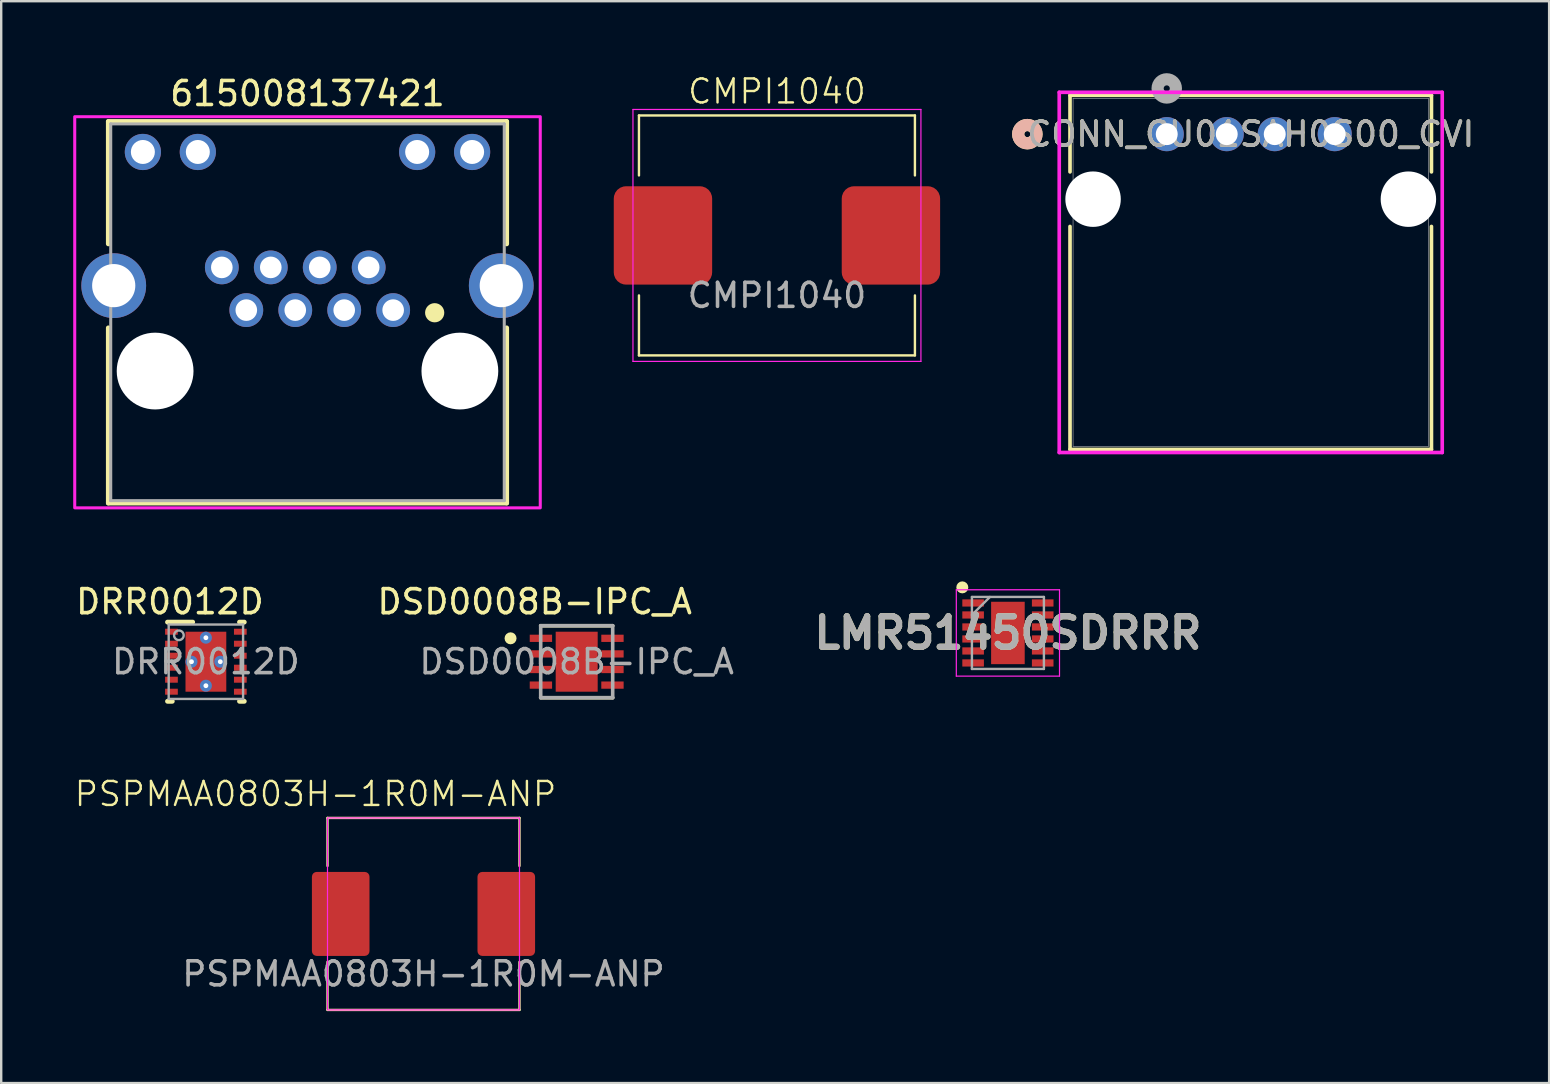
<source format=kicad_pcb>
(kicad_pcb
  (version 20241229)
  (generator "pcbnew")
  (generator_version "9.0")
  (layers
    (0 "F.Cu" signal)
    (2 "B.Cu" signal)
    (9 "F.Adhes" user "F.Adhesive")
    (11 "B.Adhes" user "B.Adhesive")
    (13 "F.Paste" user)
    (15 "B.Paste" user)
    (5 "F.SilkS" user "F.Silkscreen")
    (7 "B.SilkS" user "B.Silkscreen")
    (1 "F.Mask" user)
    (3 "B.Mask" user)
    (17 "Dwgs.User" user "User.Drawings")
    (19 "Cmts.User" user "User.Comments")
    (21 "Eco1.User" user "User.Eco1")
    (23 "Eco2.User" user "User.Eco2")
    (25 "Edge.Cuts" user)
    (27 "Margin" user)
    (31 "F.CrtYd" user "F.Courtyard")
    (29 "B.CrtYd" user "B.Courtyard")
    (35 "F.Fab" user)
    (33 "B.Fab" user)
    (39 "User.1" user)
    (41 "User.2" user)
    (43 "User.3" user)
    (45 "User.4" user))
  (footprint "DSD0008B-IPC_A"
    (layer "F.Cu")
    (at 20.982 24.525)
    (property "Reference" "DSD0008B-IPC_A" (at -1.75 -2.5 0) (unlocked yes) (layer "F.SilkS") (effects (font (size 1 1) (thickness 0.15))))
    (attr smd)
    (fp_line (start -1.5 -1.5) (end 1.5 -1.5) (stroke (width 0.15) (type solid)) (layer "F.SilkS"))
    (fp_line (start -1.5 1.5) (end 1.5 1.5) (stroke (width 0.15) (type solid)) (layer "F.SilkS"))
    (fp_circle (center -2.756 -0.975) (end -2.631 -0.975) (stroke (width 0.25) (type solid)) (fill no) (layer "F.SilkS"))
    (fp_poly (pts (xy -0.5 0.875) (xy 0.5 0.875) (xy 0.5 -0.875) (xy -0.5 -0.875)) (stroke (width 0) (type solid)) (fill yes) (layer "F.Paste"))
    (fp_line (start -1.5 -1.5) (end 1.5 -1.5) (stroke (width 0.15) (type solid)) (layer "F.Fab"))
    (fp_line (start -1.5 1.5) (end -1.5 -1.5) (stroke (width 0.15) (type solid)) (layer "F.Fab"))
    (fp_line (start -1.5 1.5) (end 1.5 1.5) (stroke (width 0.15) (type solid)) (layer "F.Fab"))
    (fp_line (start 1.5 1.5) (end 1.5 -1.5) (stroke (width 0.15) (type solid)) (layer "F.Fab"))
    (fp_text user "${REFERENCE}" (at 0 0 0) (unlocked yes) (layer "F.Fab") (effects (font (size 1 1) (thickness 0.15))))
    (pad "1" smd rect (at -1.491 -0.975) (size 0.931 0.302) (layers "F.Cu" "F.Mask" "F.Paste"))
    (pad "2" smd rect (at -1.491 -0.325) (size 0.931 0.302) (layers "F.Cu" "F.Mask" "F.Paste"))
    (pad "3" smd rect (at -1.491 0.325) (size 0.931 0.302) (layers "F.Cu" "F.Mask" "F.Paste"))
    (pad "4" smd rect (at -1.491 0.975) (size 0.931 0.302) (layers "F.Cu" "F.Mask" "F.Paste"))
    (pad "5" smd rect (at 1.491 0.975) (size 0.931 0.302) (layers "F.Cu" "F.Mask" "F.Paste"))
    (pad "6" smd rect (at 1.491 0.325) (size 0.931 0.302) (layers "F.Cu" "F.Mask" "F.Paste"))
    (pad "7" smd rect (at 1.491 -0.325) (size 0.931 0.302) (layers "F.Cu" "F.Mask" "F.Paste"))
    (pad "8" smd rect (at 1.491 -0.975) (size 0.931 0.302) (layers "F.Cu" "F.Mask" "F.Paste"))
    (pad "9" smd rect (at 0 0) (size 1.75 2.5) (layers "F.Cu" "F.Mask")))
  (footprint "PSPMAA0803H-1R0M-ANP"
    (layer "F.Cu")
    (at 14.598 35.035)
    (property "Reference" "PSPMAA0803H-1R0M-ANP" (at -4.5 -5 0) (unlocked yes) (layer "F.SilkS") (effects (font (size 1 1) (thickness 0.1))))
    (attr smd)
    (fp_line (start -4 -4) (end 4 -4) (stroke (width 0.1) (type default)) (layer "F.SilkS"))
    (fp_line (start -4 -2) (end -4 -4) (stroke (width 0.1) (type default)) (layer "F.SilkS"))
    (fp_line (start -4 4) (end -4 2) (stroke (width 0.1) (type default)) (layer "F.SilkS"))
    (fp_line (start 4 -4) (end 4 -2) (stroke (width 0.1) (type default)) (layer "F.SilkS"))
    (fp_line (start 4 2) (end 4 4) (stroke (width 0.1) (type default)) (layer "F.SilkS"))
    (fp_line (start 4 4) (end -4 4) (stroke (width 0.1) (type default)) (layer "F.SilkS"))
    (fp_rect (start -4 -4) (end 4 4) (stroke (width 0.05) (type default)) (fill no) (layer "F.CrtYd"))
    (fp_text user "${REFERENCE}" (at 0 2.5 0) (unlocked yes) (layer "F.Fab") (effects (font (size 1 1) (thickness 0.15))))
    (pad "1" smd roundrect (at -3.45 0 180) (size 2.4 3.5) (layers "F.Cu" "F.Mask" "F.Paste") (roundrect_rratio 0.083))
    (pad "2" smd roundrect (at 3.45 0 180) (size 2.4 3.5) (layers "F.Cu" "F.Mask" "F.Paste") (roundrect_rratio 0.083)))
  (footprint "615008137421"
    (layer "F.Cu")
    (at 9.764 12.413)
    (property "Reference" "615008137421" (at 0 -11.565 0) (layer "F.SilkS") (effects (font (size 1 1) (thickness 0.15))))
    (attr through_hole)
    (fp_line (start -8.3 -10.4) (end 8.3 -10.4) (stroke (width 0.2) (type solid)) (layer "F.SilkS"))
    (fp_line (start -8.3 -5.3) (end -8.3 -10.4) (stroke (width 0.2) (type solid)) (layer "F.SilkS"))
    (fp_line (start -8.3 -1.8) (end -8.3 5.5) (stroke (width 0.2) (type solid)) (layer "F.SilkS"))
    (fp_line (start -8.3 5.5) (end 8.3 5.5) (stroke (width 0.2) (type solid)) (layer "F.SilkS"))
    (fp_line (start 8.3 -10.4) (end 8.3 -5.3) (stroke (width 0.2) (type solid)) (layer "F.SilkS"))
    (fp_line (start 8.3 5.5) (end 8.3 -1.8) (stroke (width 0.2) (type solid)) (layer "F.SilkS"))
    (fp_circle (center 5.3 -2.43) (end 5.5 -2.43) (stroke (width 0.4) (type solid)) (fill no) (layer "F.SilkS"))
    (fp_poly (pts (xy -9.7 -10.6) (xy 9.7 -10.6) (xy 9.7 5.7) (xy -9.7 5.7)) (stroke (width 0.127) (type solid)) (fill no) (layer "F.CrtYd"))
    (fp_line (start -8.2 -10.3) (end 8.2 -10.3) (stroke (width 0.127) (type solid)) (layer "F.Fab"))
    (fp_line (start -8.2 5.4) (end -8.2 -10.3) (stroke (width 0.127) (type solid)) (layer "F.Fab"))
    (fp_line (start 8.2 -10.3) (end 8.2 5.4) (stroke (width 0.127) (type solid)) (layer "F.Fab"))
    (fp_line (start 8.2 5.4) (end -8.2 5.4) (stroke (width 0.127) (type solid)) (layer "F.Fab"))
    (pad "" np_thru_hole circle (at -6.35 0) (size 3.2 3.2) (drill 3.2) (layers "*.Cu" "*.Mask"))
    (pad "" np_thru_hole circle (at 6.35 0) (size 3.2 3.2) (drill 3.2) (layers "*.Cu" "*.Mask"))
    (pad "1" thru_hole circle (at 3.57 -2.54) (size 1.408 1.408) (drill 0.9) (layers "*.Cu" "*.Mask"))
    (pad "2" thru_hole circle (at 2.55 -4.32) (size 1.408 1.408) (drill 0.9) (layers "*.Cu" "*.Mask"))
    (pad "3" thru_hole circle (at 1.53 -2.54) (size 1.408 1.408) (drill 0.9) (layers "*.Cu" "*.Mask"))
    (pad "4" thru_hole circle (at 0.51 -4.32) (size 1.408 1.408) (drill 0.9) (layers "*.Cu" "*.Mask"))
    (pad "5" thru_hole circle (at -0.51 -2.54) (size 1.408 1.408) (drill 0.9) (layers "*.Cu" "*.Mask"))
    (pad "6" thru_hole circle (at -1.53 -4.32) (size 1.408 1.408) (drill 0.9) (layers "*.Cu" "*.Mask"))
    (pad "7" thru_hole circle (at -2.55 -2.54) (size 1.408 1.408) (drill 0.9) (layers "*.Cu" "*.Mask"))
    (pad "8" thru_hole circle (at -3.57 -4.32) (size 1.408 1.408) (drill 0.9) (layers "*.Cu" "*.Mask"))
    (pad "9" thru_hole circle (at 6.86 -9.13) (size 1.508 1.508) (drill 1) (layers "*.Cu" "*.Mask"))
    (pad "10" thru_hole circle (at 4.57 -9.13) (size 1.508 1.508) (drill 1) (layers "*.Cu" "*.Mask"))
    (pad "11" thru_hole circle (at -4.57 -9.13) (size 1.508 1.508) (drill 1) (layers "*.Cu" "*.Mask"))
    (pad "12" thru_hole circle (at -6.86 -9.13) (size 1.508 1.508) (drill 1) (layers "*.Cu" "*.Mask"))
    (pad "S1" thru_hole circle (at -8.075 -3.56) (size 2.7 2.7) (drill 1.8) (layers "*.Cu" "*.Mask"))
    (pad "S2" thru_hole circle (at 8.075 -3.56) (size 2.7 2.7) (drill 1.8) (layers "*.Cu" "*.Mask")))
  (footprint "CMPI1040"
    (layer "F.Cu")
    (at 29.327 6.761)
    (property "Reference" "CMPI1040" (at 0 -6 0) (unlocked yes) (layer "F.SilkS") (effects (font (size 1 1) (thickness 0.1))))
    (attr smd)
    (fp_line (start -5.75 -5) (end -5.75 -2.5) (stroke (width 0.1) (type default)) (layer "F.SilkS"))
    (fp_line (start -5.75 2.5) (end -5.75 5) (stroke (width 0.1) (type default)) (layer "F.SilkS"))
    (fp_line (start 5.75 -5) (end -5.75 -5) (stroke (width 0.1) (type default)) (layer "F.SilkS"))
    (fp_line (start 5.75 -5) (end 5.75 -2.5) (stroke (width 0.1) (type default)) (layer "F.SilkS"))
    (fp_line (start 5.75 2.5) (end 5.75 5) (stroke (width 0.1) (type default)) (layer "F.SilkS"))
    (fp_line (start 5.75 5) (end -5.75 5) (stroke (width 0.1) (type default)) (layer "F.SilkS"))
    (fp_line (start -6 5.25) (end -6 -5.25) (stroke (width 0.05) (type solid)) (layer "F.CrtYd"))
    (fp_line (start 6 -5.25) (end -6 -5.25) (stroke (width 0.05) (type solid)) (layer "F.CrtYd"))
    (fp_line (start 6 5.25) (end -6 5.25) (stroke (width 0.05) (type solid)) (layer "F.CrtYd"))
    (fp_line (start 6 5.25) (end 6 -5.25) (stroke (width 0.05) (type solid)) (layer "F.CrtYd"))
    (fp_text user "${REFERENCE}" (at 0 2.5 0) (unlocked yes) (layer "F.Fab") (effects (font (size 1 1) (thickness 0.15))))
    (pad "1" smd roundrect (at -4.75 0) (size 4.1 4.1) (layers "F.Cu" "F.Mask" "F.Paste") (roundrect_rratio 0.125))
    (pad "2" smd roundrect (at 4.75 0) (size 4.1 4.1) (layers "F.Cu" "F.Mask" "F.Paste") (roundrect_rratio 0.125)))
  (footprint "CONN_CU01SAH0S00_CVI"
    (layer "F.Cu")
    (at 45.571 2.54)
    (property "Reference" "CONN_CU01SAH0S00_CVI" (at 3.5 0 0) (unlocked yes) (layer "F.SilkS") (effects (font (size 1 1) (thickness 0.15))))
    (attr through_hole)
    (fp_line (start -4.031 -1.617) (end -4.031 1.573) (stroke (width 0.152) (type solid)) (layer "F.SilkS"))
    (fp_line (start -4.031 3.847) (end -4.031 13.14) (stroke (width 0.152) (type solid)) (layer "F.SilkS"))
    (fp_line (start -4.031 13.14) (end 11.031 13.14) (stroke (width 0.152) (type solid)) (layer "F.SilkS"))
    (fp_line (start 11.031 -1.617) (end -4.031 -1.617) (stroke (width 0.152) (type solid)) (layer "F.SilkS"))
    (fp_line (start 11.031 1.573) (end 11.031 -1.617) (stroke (width 0.152) (type solid)) (layer "F.SilkS"))
    (fp_line (start 11.031 13.14) (end 11.031 3.847) (stroke (width 0.152) (type solid)) (layer "F.SilkS"))
    (fp_circle (center -5.809 0) (end -5.428 0) (stroke (width 0.508) (type solid)) (fill no) (layer "F.SilkS"))
    (fp_circle (center -5.809 0) (end -5.428 0) (stroke (width 0.508) (type solid)) (fill no) (layer "B.SilkS"))
    (fp_line (start -4.48 -1.744) (end -4.48 13.267) (stroke (width 0.152) (type solid)) (layer "F.CrtYd"))
    (fp_line (start -4.48 13.267) (end 11.48 13.267) (stroke (width 0.152) (type solid)) (layer "F.CrtYd"))
    (fp_line (start 11.48 -1.744) (end -4.48 -1.744) (stroke (width 0.152) (type solid)) (layer "F.CrtYd"))
    (fp_line (start 11.48 13.267) (end 11.48 -1.744) (stroke (width 0.152) (type solid)) (layer "F.CrtYd"))
    (fp_line (start -3.904 -1.49) (end -3.904 13.013) (stroke (width 0.025) (type solid)) (layer "F.Fab"))
    (fp_line (start -3.904 13.013) (end 10.904 13.013) (stroke (width 0.025) (type solid)) (layer "F.Fab"))
    (fp_line (start 10.904 -1.49) (end -3.904 -1.49) (stroke (width 0.025) (type solid)) (layer "F.Fab"))
    (fp_line (start 10.904 13.013) (end 10.904 -1.49) (stroke (width 0.025) (type solid)) (layer "F.Fab"))
    (fp_circle (center 0 -1.905) (end 0.381 -1.905) (stroke (width 0.508) (type solid)) (fill no) (layer "F.Fab"))
    (fp_text user "${REFERENCE}" (at 3.5 0 0) (unlocked yes) (layer "F.Fab") (effects (font (size 1 1) (thickness 0.15))))
    (pad "" np_thru_hole circle (at -3.07 2.71) (size 2.311 2.311) (drill 2.311) (layers "*.Cu" "*.Mask"))
    (pad "" np_thru_hole circle (at 10.07 2.71) (size 2.311 2.311) (drill 2.311) (layers "*.Cu" "*.Mask"))
    (pad "1" thru_hole circle (at 0 0) (size 1.422 1.422) (drill 0.914) (layers "*.Cu" "*.Mask"))
    (pad "2" thru_hole circle (at 2.5 0) (size 1.422 1.422) (drill 0.914) (layers "*.Cu" "*.Mask"))
    (pad "3" thru_hole circle (at 4.5 0) (size 1.422 1.422) (drill 0.914) (layers "*.Cu" "*.Mask"))
    (pad "4" thru_hole circle (at 7 0) (size 1.422 1.422) (drill 0.914) (layers "*.Cu" "*.Mask")))
  (footprint "DRR0012D"
    (layer "F.Cu")
    (at 5.53 24.525)
    (property "Reference" "DRR0012D" (at -1.5 -2.5 0) (unlocked yes) (layer "F.SilkS") (effects (font (size 1 1) (thickness 0.15))))
    (attr smd)
    (fp_line (start -1.6 -1.65) (end -0.55 -1.65) (stroke (width 0.2) (type solid)) (layer "F.SilkS"))
    (fp_line (start -1.6 1.65) (end -1.4 1.65) (stroke (width 0.2) (type solid)) (layer "F.SilkS"))
    (fp_line (start 1.4 -1.65) (end 1.6 -1.65) (stroke (width 0.2) (type solid)) (layer "F.SilkS"))
    (fp_line (start 1.4 1.65) (end 1.6 1.65) (stroke (width 0.2) (type solid)) (layer "F.SilkS"))
    (fp_poly (pts (xy -0.775 -0.15) (xy -0.775 -1.151) (xy -0.774 -1.16) (xy -0.771 -1.169) (xy -0.767 -1.178) (xy -0.761 -1.186) (xy -0.753 -1.192) (xy -0.744 -1.196) (xy -0.735 -1.199) (xy -0.726 -1.2) (xy 0.726 -1.2) (xy 0.735 -1.199) (xy 0.744 -1.196) (xy 0.753 -1.192) (xy 0.761 -1.186) (xy 0.767 -1.178) (xy 0.771 -1.169) (xy 0.774 -1.16) (xy 0.775 -1.151) (xy 0.775 -0.15) (xy 0.774 -0.14) (xy 0.771 -0.131) (xy 0.767 -0.122) (xy 0.761 -0.114) (xy 0.753 -0.108) (xy 0.744 -0.104) (xy 0.735 -0.101) (xy 0.726 -0.1) (xy -0.726 -0.1) (xy -0.735 -0.101) (xy -0.744 -0.104) (xy -0.753 -0.108) (xy -0.761 -0.114) (xy -0.767 -0.122) (xy -0.771 -0.131) (xy -0.774 -0.14)) (stroke (width 0) (type solid)) (fill yes) (layer "F.Paste"))
    (fp_poly (pts (xy -0.775 1.151) (xy -0.775 0.15) (xy -0.774 0.14) (xy -0.771 0.131) (xy -0.767 0.122) (xy -0.761 0.114) (xy -0.753 0.108) (xy -0.744 0.104) (xy -0.735 0.101) (xy -0.726 0.1) (xy 0.726 0.1) (xy 0.735 0.101) (xy 0.744 0.104) (xy 0.753 0.108) (xy 0.761 0.114) (xy 0.767 0.122) (xy 0.771 0.131) (xy 0.774 0.14) (xy 0.775 0.15) (xy 0.775 1.151) (xy 0.774 1.16) (xy 0.771 1.169) (xy 0.767 1.178) (xy 0.761 1.186) (xy 0.753 1.192) (xy 0.744 1.196) (xy 0.735 1.199) (xy 0.726 1.2) (xy -0.726 1.2) (xy -0.735 1.199) (xy -0.744 1.196) (xy -0.753 1.192) (xy -0.761 1.186) (xy -0.767 1.178) (xy -0.771 1.169) (xy -0.774 1.16)) (stroke (width 0) (type solid)) (fill yes) (layer "F.Paste"))
    (fp_line (start -1.55 -1.55) (end 1.55 -1.55) (stroke (width 0.1) (type solid)) (layer "F.Fab"))
    (fp_line (start -1.55 1.55) (end -1.55 -1.55) (stroke (width 0.1) (type solid)) (layer "F.Fab"))
    (fp_line (start -1.55 1.55) (end 1.55 1.55) (stroke (width 0.1) (type solid)) (layer "F.Fab"))
    (fp_line (start 1.55 1.55) (end 1.55 -1.55) (stroke (width 0.1) (type solid)) (layer "F.Fab"))
    (fp_circle (center -1.125 -1.1) (end -0.925 -1.1) (stroke (width 0.1) (type solid)) (fill no) (layer "F.Fab"))
    (fp_text user "${REFERENCE}" (at 0 0 0) (unlocked yes) (layer "F.Fab") (effects (font (size 1 1) (thickness 0.15))))
    (pad "1" smd rect (at -1.435 -1.25) (size 0.53 0.25) (layers "F.Cu" "F.Mask" "F.Paste"))
    (pad "2" smd rect (at -1.435 -0.75) (size 0.53 0.25) (layers "F.Cu" "F.Mask" "F.Paste"))
    (pad "3" smd rect (at -1.435 -0.25) (size 0.53 0.25) (layers "F.Cu" "F.Mask" "F.Paste"))
    (pad "4" smd rect (at -1.435 0.25) (size 0.53 0.25) (layers "F.Cu" "F.Mask" "F.Paste"))
    (pad "5" smd rect (at -1.435 0.75) (size 0.53 0.25) (layers "F.Cu" "F.Mask" "F.Paste"))
    (pad "6" smd rect (at -1.435 1.25) (size 0.53 0.25) (layers "F.Cu" "F.Mask" "F.Paste"))
    (pad "7" smd rect (at 1.435 1.25) (size 0.53 0.25) (layers "F.Cu" "F.Mask" "F.Paste"))
    (pad "8" smd rect (at 1.435 0.75) (size 0.53 0.25) (layers "F.Cu" "F.Mask" "F.Paste"))
    (pad "9" smd rect (at 1.435 0.25) (size 0.53 0.25) (layers "F.Cu" "F.Mask" "F.Paste"))
    (pad "10" smd rect (at 1.435 -0.25) (size 0.53 0.25) (layers "F.Cu" "F.Mask" "F.Paste"))
    (pad "11" smd rect (at 1.435 -0.75) (size 0.53 0.25) (layers "F.Cu" "F.Mask" "F.Paste"))
    (pad "12" smd rect (at 1.435 -1.25) (size 0.53 0.25) (layers "F.Cu" "F.Mask" "F.Paste"))
    (pad "13" smd rect (at 0 0) (size 1.7 2.5) (layers "F.Cu" "F.Mask"))
    (pad "V" thru_hole circle (at -0.6 0) (size 0.5 0.5) (drill 0.203) (layers "*.Cu" "*.Mask"))
    (pad "V" thru_hole circle (at 0 -1) (size 0.5 0.5) (drill 0.203) (layers "*.Cu" "*.Mask"))
    (pad "V" thru_hole circle (at 0 1) (size 0.5 0.5) (drill 0.203) (layers "*.Cu" "*.Mask"))
    (pad "V" thru_hole circle (at 0.6 0) (size 0.5 0.5) (drill 0.203) (layers "*.Cu" "*.Mask")))
  (footprint "LMR51450SDRRR"
    (layer "F.Cu")
    (at 38.952 23.327)
    (property "Reference" "LMR51450SDRRR" (at 0 0 0) (layer "F.SilkS") (effects (font (size 1.27 1.27) (thickness 0.254))))
    (attr smd)
    (fp_circle (center -1.9 -1.9) (end -1.9 -1.775) (stroke (width 0.25) (type solid)) (fill no) (layer "F.SilkS"))
    (fp_line (start -2.15 -1.8) (end 2.15 -1.8) (stroke (width 0.05) (type solid)) (layer "F.CrtYd"))
    (fp_line (start -2.15 1.8) (end -2.15 -1.8) (stroke (width 0.05) (type solid)) (layer "F.CrtYd"))
    (fp_line (start 2.15 -1.8) (end 2.15 1.8) (stroke (width 0.05) (type solid)) (layer "F.CrtYd"))
    (fp_line (start 2.15 1.8) (end -2.15 1.8) (stroke (width 0.05) (type solid)) (layer "F.CrtYd"))
    (fp_line (start -1.5 -1.5) (end 1.5 -1.5) (stroke (width 0.1) (type solid)) (layer "F.Fab"))
    (fp_line (start -1.5 -0.75) (end -0.75 -1.5) (stroke (width 0.1) (type solid)) (layer "F.Fab"))
    (fp_line (start -1.5 1.5) (end -1.5 -1.5) (stroke (width 0.1) (type solid)) (layer "F.Fab"))
    (fp_line (start 1.5 -1.5) (end 1.5 1.5) (stroke (width 0.1) (type solid)) (layer "F.Fab"))
    (fp_line (start 1.5 1.5) (end -1.5 1.5) (stroke (width 0.1) (type solid)) (layer "F.Fab"))
    (fp_text user "${REFERENCE}" (at 0 0 0) (layer "F.Fab") (effects (font (size 1.27 1.27) (thickness 0.254))))
    (pad "1" smd rect (at -1.45 -1.25 90) (size 0.3 0.9) (layers "F.Cu" "F.Mask" "F.Paste"))
    (pad "2" smd rect (at -1.45 -0.75 90) (size 0.3 0.9) (layers "F.Cu" "F.Mask" "F.Paste"))
    (pad "3" smd rect (at -1.45 -0.25 90) (size 0.3 0.9) (layers "F.Cu" "F.Mask" "F.Paste"))
    (pad "4" smd rect (at -1.45 0.25 90) (size 0.3 0.9) (layers "F.Cu" "F.Mask" "F.Paste"))
    (pad "5" smd rect (at -1.45 0.75 90) (size 0.3 0.9) (layers "F.Cu" "F.Mask" "F.Paste"))
    (pad "6" smd rect (at -1.45 1.25 90) (size 0.3 0.9) (layers "F.Cu" "F.Mask" "F.Paste"))
    (pad "7" smd rect (at 1.45 1.25 90) (size 0.3 0.9) (layers "F.Cu" "F.Mask" "F.Paste"))
    (pad "8" smd rect (at 1.45 0.75 90) (size 0.3 0.9) (layers "F.Cu" "F.Mask" "F.Paste"))
    (pad "9" smd rect (at 1.45 0.25 90) (size 0.3 0.9) (layers "F.Cu" "F.Mask" "F.Paste"))
    (pad "10" smd rect (at 1.45 -0.25 90) (size 0.3 0.9) (layers "F.Cu" "F.Mask" "F.Paste"))
    (pad "11" smd rect (at 1.45 -0.75 90) (size 0.3 0.9) (layers "F.Cu" "F.Mask" "F.Paste"))
    (pad "12" smd rect (at 1.45 -1.25 90) (size 0.3 0.9) (layers "F.Cu" "F.Mask" "F.Paste"))
    (pad "13" smd rect (at 0 0) (size 1.4 2.6) (layers "F.Cu" "F.Mask" "F.Paste")))
  (gr_rect
    (start -3 -3)
    (end 61.506 42.085)
    (stroke (width 0.1) (type default))
    (fill no)
    (layer "Edge.Cuts")))
</source>
